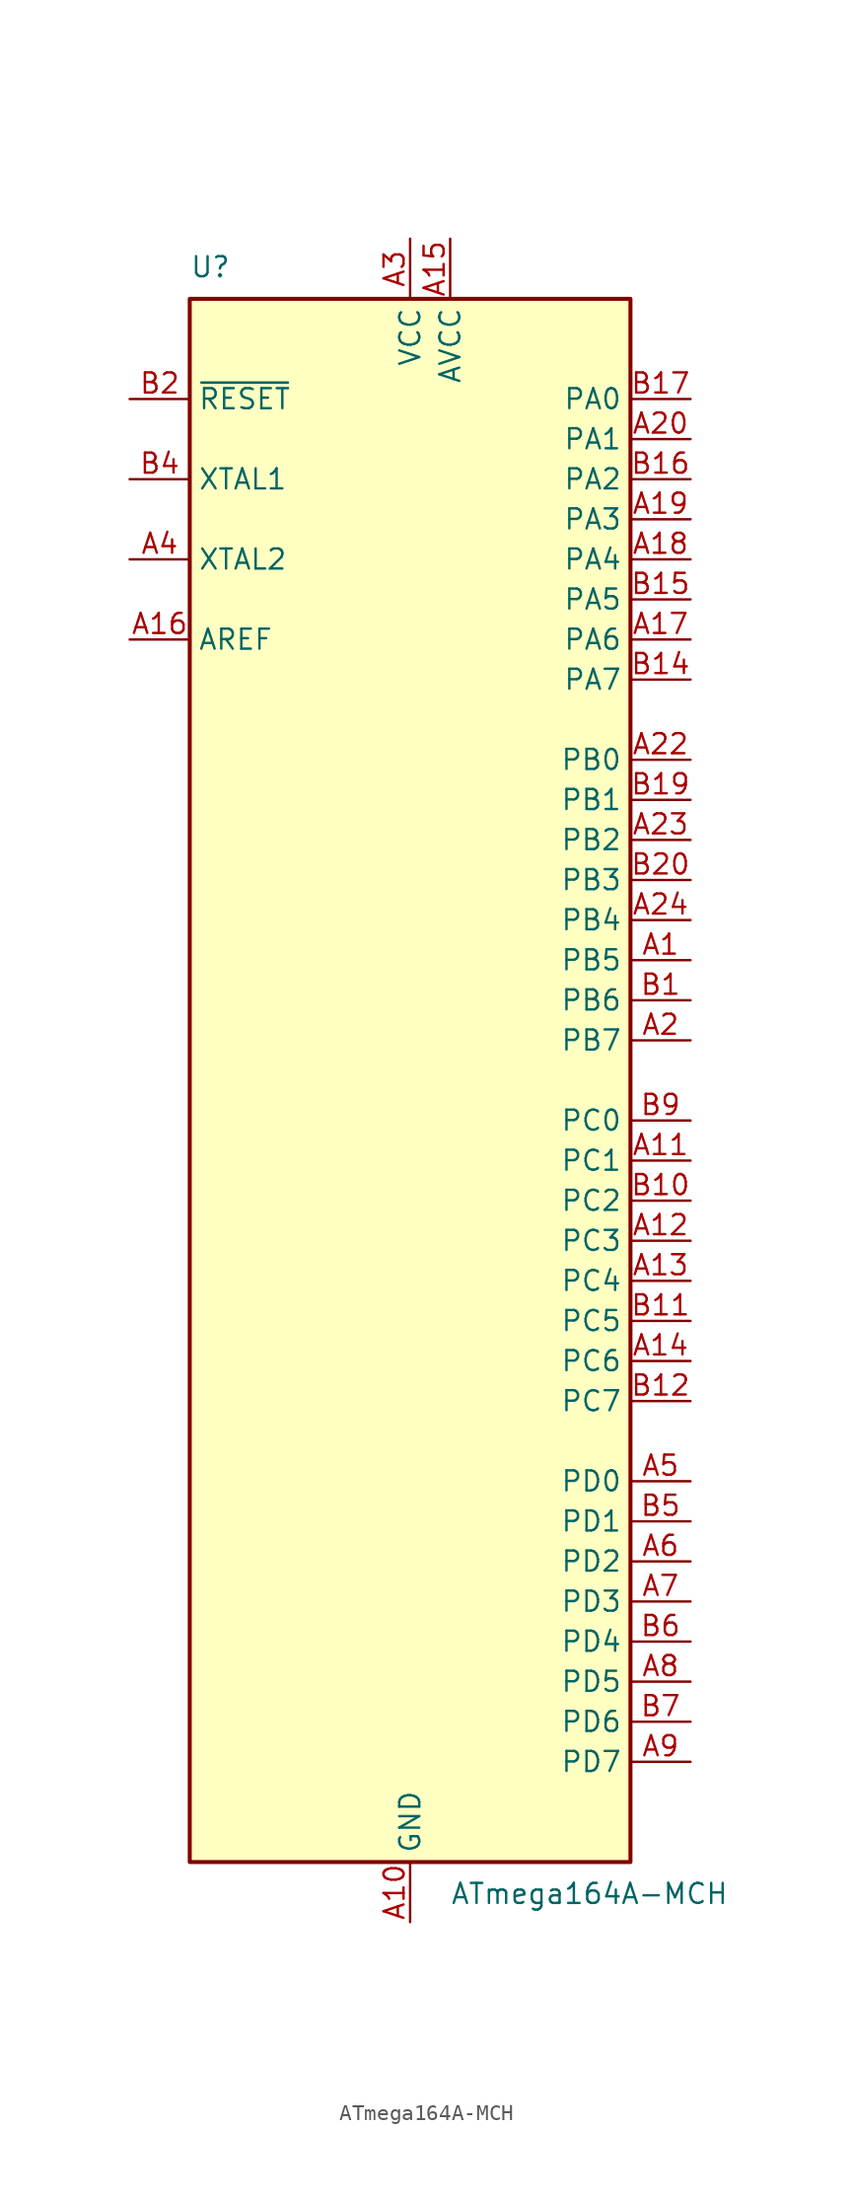
<source format=kicad_sym>
(kicad_symbol_lib
  (version 20201005)
  (generator kicad_symbol_editor)
  (symbol "ATmega164A-MCH"
    (property "Reference" "U"
      (at -13.97 50.8 0)
      (effects (font (size 1.27 1.27)) (justify left bottom)))
    (property "Value" "ATmega164A-MCH"
      (at 2.54 -50.8 0)
      (effects (font (size 1.27 1.27)) (justify left top)))
    (symbol "ATmega164A-MCH_0_1"
      (rectangle (start -13.97 -49.53) (end 13.97 49.53) (stroke (width 0.254)) (fill (type background))))
    (symbol "ATmega164A-MCH_1_1"
      (pin tri_state line (at 17.78 7.62 180) (length 3.81) (name "PB5" (effects (font (size 1.27 1.27)))) (number "A1" (effects (font (size 1.27 1.27)))))
      (pin power_in line (at 0 -53.34 90) (length 3.81) (name "GND" (effects (font (size 1.27 1.27)))) (number "A10" (effects (font (size 1.27 1.27)))))
      (pin tri_state line (at 17.78 -5.08 180) (length 3.81) (name "PC1" (effects (font (size 1.27 1.27)))) (number "A11" (effects (font (size 1.27 1.27)))))
      (pin tri_state line (at 17.78 -10.16 180) (length 3.81) (name "PC3" (effects (font (size 1.27 1.27)))) (number "A12" (effects (font (size 1.27 1.27)))))
      (pin tri_state line (at 17.78 -12.7 180) (length 3.81) (name "PC4" (effects (font (size 1.27 1.27)))) (number "A13" (effects (font (size 1.27 1.27)))))
      (pin tri_state line (at 17.78 -17.78 180) (length 3.81) (name "PC6" (effects (font (size 1.27 1.27)))) (number "A14" (effects (font (size 1.27 1.27)))))
      (pin power_in line (at 2.54 53.34 270) (length 3.81) (name "AVCC" (effects (font (size 1.27 1.27)))) (number "A15" (effects (font (size 1.27 1.27)))))
      (pin passive line (at -17.78 27.94 0) (length 3.81) (name "AREF" (effects (font (size 1.27 1.27)))) (number "A16" (effects (font (size 1.27 1.27)))))
      (pin tri_state line (at 17.78 27.94 180) (length 3.81) (name "PA6" (effects (font (size 1.27 1.27)))) (number "A17" (effects (font (size 1.27 1.27)))))
      (pin tri_state line (at 17.78 33.02 180) (length 3.81) (name "PA4" (effects (font (size 1.27 1.27)))) (number "A18" (effects (font (size 1.27 1.27)))))
      (pin tri_state line (at 17.78 35.56 180) (length 3.81) (name "PA3" (effects (font (size 1.27 1.27)))) (number "A19" (effects (font (size 1.27 1.27)))))
      (pin tri_state line (at 17.78 2.54 180) (length 3.81) (name "PB7" (effects (font (size 1.27 1.27)))) (number "A2" (effects (font (size 1.27 1.27)))))
      (pin tri_state line (at 17.78 40.64 180) (length 3.81) (name "PA1" (effects (font (size 1.27 1.27)))) (number "A20" (effects (font (size 1.27 1.27)))))
      (pin passive line (at 0 53.34 270) (length 3.81) hide (name "VCC" (effects (font (size 1.27 1.27)))) (number "A21" (effects (font (size 1.27 1.27)))))
      (pin tri_state line (at 17.78 20.32 180) (length 3.81) (name "PB0" (effects (font (size 1.27 1.27)))) (number "A22" (effects (font (size 1.27 1.27)))))
      (pin tri_state line (at 17.78 15.24 180) (length 3.81) (name "PB2" (effects (font (size 1.27 1.27)))) (number "A23" (effects (font (size 1.27 1.27)))))
      (pin tri_state line (at 17.78 10.16 180) (length 3.81) (name "PB4" (effects (font (size 1.27 1.27)))) (number "A24" (effects (font (size 1.27 1.27)))))
      (pin power_in line (at 0 53.34 270) (length 3.81) (name "VCC" (effects (font (size 1.27 1.27)))) (number "A3" (effects (font (size 1.27 1.27)))))
      (pin output line (at -17.78 33.02 0) (length 3.81) (name "XTAL2" (effects (font (size 1.27 1.27)))) (number "A4" (effects (font (size 1.27 1.27)))))
      (pin tri_state line (at 17.78 -25.4 180) (length 3.81) (name "PD0" (effects (font (size 1.27 1.27)))) (number "A5" (effects (font (size 1.27 1.27)))))
      (pin tri_state line (at 17.78 -30.48 180) (length 3.81) (name "PD2" (effects (font (size 1.27 1.27)))) (number "A6" (effects (font (size 1.27 1.27)))))
      (pin tri_state line (at 17.78 -33.02 180) (length 3.81) (name "PD3" (effects (font (size 1.27 1.27)))) (number "A7" (effects (font (size 1.27 1.27)))))
      (pin tri_state line (at 17.78 -38.1 180) (length 3.81) (name "PD5" (effects (font (size 1.27 1.27)))) (number "A8" (effects (font (size 1.27 1.27)))))
      (pin tri_state line (at 17.78 -43.18 180) (length 3.81) (name "PD7" (effects (font (size 1.27 1.27)))) (number "A9" (effects (font (size 1.27 1.27)))))
      (pin tri_state line (at 17.78 5.08 180) (length 3.81) (name "PB6" (effects (font (size 1.27 1.27)))) (number "B1" (effects (font (size 1.27 1.27)))))
      (pin tri_state line (at 17.78 -7.62 180) (length 3.81) (name "PC2" (effects (font (size 1.27 1.27)))) (number "B10" (effects (font (size 1.27 1.27)))))
      (pin tri_state line (at 17.78 -15.24 180) (length 3.81) (name "PC5" (effects (font (size 1.27 1.27)))) (number "B11" (effects (font (size 1.27 1.27)))))
      (pin tri_state line (at 17.78 -20.32 180) (length 3.81) (name "PC7" (effects (font (size 1.27 1.27)))) (number "B12" (effects (font (size 1.27 1.27)))))
      (pin passive line (at 0 -53.34 90) (length 3.81) hide (name "GND" (effects (font (size 1.27 1.27)))) (number "B13" (effects (font (size 1.27 1.27)))))
      (pin tri_state line (at 17.78 25.4 180) (length 3.81) (name "PA7" (effects (font (size 1.27 1.27)))) (number "B14" (effects (font (size 1.27 1.27)))))
      (pin tri_state line (at 17.78 30.48 180) (length 3.81) (name "PA5" (effects (font (size 1.27 1.27)))) (number "B15" (effects (font (size 1.27 1.27)))))
      (pin tri_state line (at 17.78 38.1 180) (length 3.81) (name "PA2" (effects (font (size 1.27 1.27)))) (number "B16" (effects (font (size 1.27 1.27)))))
      (pin tri_state line (at 17.78 43.18 180) (length 3.81) (name "PA0" (effects (font (size 1.27 1.27)))) (number "B17" (effects (font (size 1.27 1.27)))))
      (pin passive line (at 0 -53.34 90) (length 3.81) hide (name "GND" (effects (font (size 1.27 1.27)))) (number "B18" (effects (font (size 1.27 1.27)))))
      (pin tri_state line (at 17.78 17.78 180) (length 3.81) (name "PB1" (effects (font (size 1.27 1.27)))) (number "B19" (effects (font (size 1.27 1.27)))))
      (pin input line (at -17.78 43.18 0) (length 3.81) (name "~RESET" (effects (font (size 1.27 1.27)))) (number "B2" (effects (font (size 1.27 1.27)))))
      (pin tri_state line (at 17.78 12.7 180) (length 3.81) (name "PB3" (effects (font (size 1.27 1.27)))) (number "B20" (effects (font (size 1.27 1.27)))))
      (pin passive line (at 0 -53.34 90) (length 3.81) hide (name "GND" (effects (font (size 1.27 1.27)))) (number "B3" (effects (font (size 1.27 1.27)))))
      (pin input line (at -17.78 38.1 0) (length 3.81) (name "XTAL1" (effects (font (size 1.27 1.27)))) (number "B4" (effects (font (size 1.27 1.27)))))
      (pin tri_state line (at 17.78 -27.94 180) (length 3.81) (name "PD1" (effects (font (size 1.27 1.27)))) (number "B5" (effects (font (size 1.27 1.27)))))
      (pin tri_state line (at 17.78 -35.56 180) (length 3.81) (name "PD4" (effects (font (size 1.27 1.27)))) (number "B6" (effects (font (size 1.27 1.27)))))
      (pin tri_state line (at 17.78 -40.64 180) (length 3.81) (name "PD6" (effects (font (size 1.27 1.27)))) (number "B7" (effects (font (size 1.27 1.27)))))
      (pin passive line (at 0 53.34 270) (length 3.81) hide (name "VCC" (effects (font (size 1.27 1.27)))) (number "B8" (effects (font (size 1.27 1.27)))))
      (pin tri_state line (at 17.78 -2.54 180) (length 3.81) (name "PC0" (effects (font (size 1.27 1.27)))) (number "B9" (effects (font (size 1.27 1.27)))))
      (pin passive line (at 0 -53.34 90) (length 3.81) hide (name "GND" (effects (font (size 1.27 1.27)))) (number "EP" (effects (font (size 1.27 1.27))))))))
</source>
